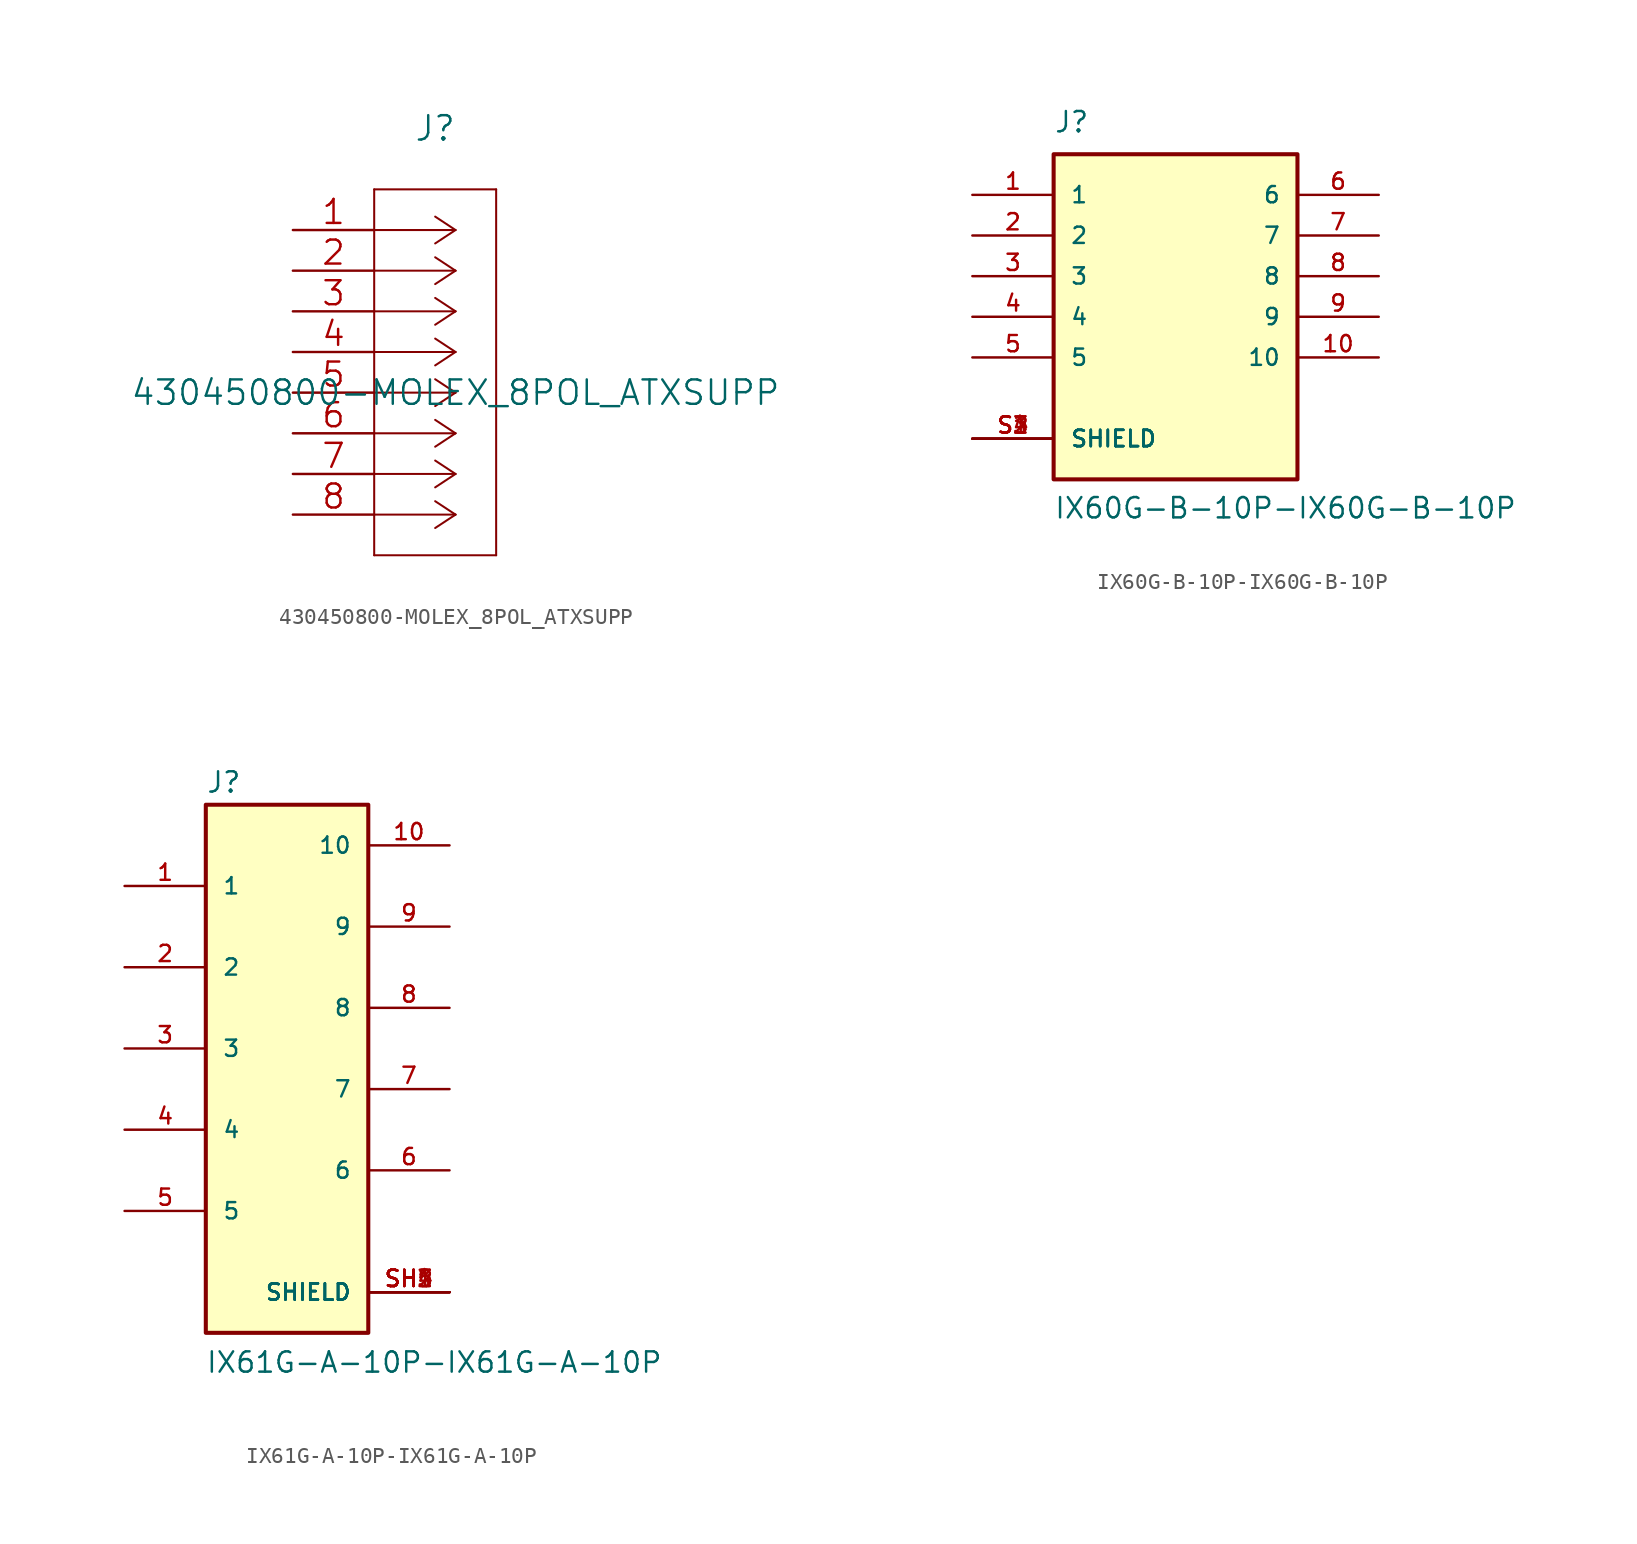
<source format=kicad_sym>
(kicad_symbol_lib
  (version 20211014)
  (generator kicad_symbol_editor)
  (symbol "430450800-MOLEX_8POL_ATXSUPP"
    (pin_names
      (offset 0.254) hide)
    (property "Reference" "J"
      (at 8.89 6.35 0)
      (effects (font (size 1.524 1.524))))
    (property "Value" "430450800-MOLEX_8POL_ATXSUPP"
      (at 10.16 -10.16 0)
      (effects (font (size 1.524 1.524))))
    (property "Datasheet" ""
      (at 0 0 0)
      (effects (font (size 1.524 1.524))))
    (property "ki_locked" ""
      (at 0 0 0)
      (effects (font (size 1.27 1.27))))
    (symbol "430450800-MOLEX_8POL_ATXSUPP_1_1"
      (polyline (pts (xy 5.08 -20.32) (xy 12.7 -20.32)) (stroke (width 0.127) (type default) (color 0 0 0 0)) (fill (type none)))
      (polyline (pts (xy 5.08 2.54) (xy 5.08 -20.32)) (stroke (width 0.127) (type default) (color 0 0 0 0)) (fill (type none)))
      (polyline (pts (xy 10.16 -17.78) (xy 5.08 -17.78)) (stroke (width 0.127) (type default) (color 0 0 0 0)) (fill (type none)))
      (polyline (pts (xy 10.16 -17.78) (xy 8.89 -18.618)) (stroke (width 0.127) (type default) (color 0 0 0 0)) (fill (type none)))
      (polyline (pts (xy 10.16 -17.78) (xy 8.89 -16.942)) (stroke (width 0.127) (type default) (color 0 0 0 0)) (fill (type none)))
      (polyline (pts (xy 10.16 -15.24) (xy 5.08 -15.24)) (stroke (width 0.127) (type default) (color 0 0 0 0)) (fill (type none)))
      (polyline (pts (xy 10.16 -15.24) (xy 8.89 -16.078)) (stroke (width 0.127) (type default) (color 0 0 0 0)) (fill (type none)))
      (polyline (pts (xy 10.16 -15.24) (xy 8.89 -14.402)) (stroke (width 0.127) (type default) (color 0 0 0 0)) (fill (type none)))
      (polyline (pts (xy 10.16 -12.7) (xy 5.08 -12.7)) (stroke (width 0.127) (type default) (color 0 0 0 0)) (fill (type none)))
      (polyline (pts (xy 10.16 -12.7) (xy 8.89 -13.538)) (stroke (width 0.127) (type default) (color 0 0 0 0)) (fill (type none)))
      (polyline (pts (xy 10.16 -12.7) (xy 8.89 -11.862)) (stroke (width 0.127) (type default) (color 0 0 0 0)) (fill (type none)))
      (polyline (pts (xy 10.16 -10.16) (xy 5.08 -10.16)) (stroke (width 0.127) (type default) (color 0 0 0 0)) (fill (type none)))
      (polyline (pts (xy 10.16 -10.16) (xy 8.89 -10.998)) (stroke (width 0.127) (type default) (color 0 0 0 0)) (fill (type none)))
      (polyline (pts (xy 10.16 -10.16) (xy 8.89 -9.322)) (stroke (width 0.127) (type default) (color 0 0 0 0)) (fill (type none)))
      (polyline (pts (xy 10.16 -7.62) (xy 5.08 -7.62)) (stroke (width 0.127) (type default) (color 0 0 0 0)) (fill (type none)))
      (polyline (pts (xy 10.16 -7.62) (xy 8.89 -8.458)) (stroke (width 0.127) (type default) (color 0 0 0 0)) (fill (type none)))
      (polyline (pts (xy 10.16 -7.62) (xy 8.89 -6.782)) (stroke (width 0.127) (type default) (color 0 0 0 0)) (fill (type none)))
      (polyline (pts (xy 10.16 -5.08) (xy 5.08 -5.08)) (stroke (width 0.127) (type default) (color 0 0 0 0)) (fill (type none)))
      (polyline (pts (xy 10.16 -5.08) (xy 8.89 -5.918)) (stroke (width 0.127) (type default) (color 0 0 0 0)) (fill (type none)))
      (polyline (pts (xy 10.16 -5.08) (xy 8.89 -4.242)) (stroke (width 0.127) (type default) (color 0 0 0 0)) (fill (type none)))
      (polyline (pts (xy 10.16 -2.54) (xy 5.08 -2.54)) (stroke (width 0.127) (type default) (color 0 0 0 0)) (fill (type none)))
      (polyline (pts (xy 10.16 -2.54) (xy 8.89 -3.378)) (stroke (width 0.127) (type default) (color 0 0 0 0)) (fill (type none)))
      (polyline (pts (xy 10.16 -2.54) (xy 8.89 -1.702)) (stroke (width 0.127) (type default) (color 0 0 0 0)) (fill (type none)))
      (polyline (pts (xy 10.16 0) (xy 5.08 0)) (stroke (width 0.127) (type default) (color 0 0 0 0)) (fill (type none)))
      (polyline (pts (xy 10.16 0) (xy 8.89 -0.838)) (stroke (width 0.127) (type default) (color 0 0 0 0)) (fill (type none)))
      (polyline (pts (xy 10.16 0) (xy 8.89 0.838)) (stroke (width 0.127) (type default) (color 0 0 0 0)) (fill (type none)))
      (polyline (pts (xy 12.7 -20.32) (xy 12.7 2.54)) (stroke (width 0.127) (type default) (color 0 0 0 0)) (fill (type none)))
      (polyline (pts (xy 12.7 2.54) (xy 5.08 2.54)) (stroke (width 0.127) (type default) (color 0 0 0 0)) (fill (type none)))
      (pin power_in line (at 0 0 0) (length 5.08) (name "1" (effects (font (size 1.499 1.499)))) (number "1" (effects (font (size 1.499 1.499)))))
      (pin power_in line (at 0 -2.54 0) (length 5.08) (name "2" (effects (font (size 1.499 1.499)))) (number "2" (effects (font (size 1.499 1.499)))))
      (pin power_in line (at 0 -5.08 0) (length 5.08) (name "3" (effects (font (size 1.499 1.499)))) (number "3" (effects (font (size 1.499 1.499)))))
      (pin passive line (at 0 -7.62 0) (length 5.08) (name "4" (effects (font (size 1.499 1.499)))) (number "4" (effects (font (size 1.499 1.499)))))
      (pin passive line (at 0 -10.16 0) (length 5.08) (name "5" (effects (font (size 1.499 1.499)))) (number "5" (effects (font (size 1.499 1.499)))))
      (pin passive line (at 0 -12.7 0) (length 5.08) (name "6" (effects (font (size 1.499 1.499)))) (number "6" (effects (font (size 1.499 1.499)))))
      (pin passive line (at 0 -15.24 0) (length 5.08) (name "7" (effects (font (size 1.499 1.499)))) (number "7" (effects (font (size 1.499 1.499)))))
      (pin passive line (at 0 -17.78 0) (length 5.08) (name "8" (effects (font (size 1.499 1.499)))) (number "8" (effects (font (size 1.499 1.499)))))))
  (symbol "IX60G-B-10P-IX60G-B-10P"
    (pin_names
      (offset 1.016))
    (property "Reference" "J"
      (at -7.62 11.43 0)
      (effects (font (size 1.27 1.27)) (justify left bottom)))
    (property "Value" "IX60G-B-10P-IX60G-B-10P"
      (at -7.62 -12.7 0)
      (effects (font (size 1.27 1.27)) (justify left bottom)))
    (property "ki_locked" ""
      (at 0 0 0)
      (effects (font (size 1.27 1.27))))
    (symbol "IX60G-B-10P-IX60G-B-10P_0_0"
      (rectangle (start -7.62 -10.16) (end 7.62 10.16) (stroke (width 0.254) (type default) (color 0 0 0 0)) (fill (type background)))
      (pin passive line (at -12.7 7.62 0) (length 5.08) (name "1" (effects (font (size 1.016 1.016)))) (number "1" (effects (font (size 1.016 1.016)))))
      (pin passive line (at 12.7 -2.54 180) (length 5.08) (name "10" (effects (font (size 1.016 1.016)))) (number "10" (effects (font (size 1.016 1.016)))))
      (pin passive line (at -12.7 5.08 0) (length 5.08) (name "2" (effects (font (size 1.016 1.016)))) (number "2" (effects (font (size 1.016 1.016)))))
      (pin passive line (at -12.7 2.54 0) (length 5.08) (name "3" (effects (font (size 1.016 1.016)))) (number "3" (effects (font (size 1.016 1.016)))))
      (pin passive line (at -12.7 0 0) (length 5.08) (name "4" (effects (font (size 1.016 1.016)))) (number "4" (effects (font (size 1.016 1.016)))))
      (pin passive line (at -12.7 -2.54 0) (length 5.08) (name "5" (effects (font (size 1.016 1.016)))) (number "5" (effects (font (size 1.016 1.016)))))
      (pin passive line (at 12.7 7.62 180) (length 5.08) (name "6" (effects (font (size 1.016 1.016)))) (number "6" (effects (font (size 1.016 1.016)))))
      (pin passive line (at 12.7 5.08 180) (length 5.08) (name "7" (effects (font (size 1.016 1.016)))) (number "7" (effects (font (size 1.016 1.016)))))
      (pin passive line (at 12.7 2.54 180) (length 5.08) (name "8" (effects (font (size 1.016 1.016)))) (number "8" (effects (font (size 1.016 1.016)))))
      (pin passive line (at 12.7 0 180) (length 5.08) (name "9" (effects (font (size 1.016 1.016)))) (number "9" (effects (font (size 1.016 1.016)))))
      (pin passive line (at -12.7 -7.62 0) (length 5.08) (name "SHIELD" (effects (font (size 1.016 1.016)))) (number "S1" (effects (font (size 1.016 1.016)))))
      (pin passive line (at -12.7 -7.62 0) (length 5.08) (name "SHIELD" (effects (font (size 1.016 1.016)))) (number "S2" (effects (font (size 1.016 1.016)))))
      (pin passive line (at -12.7 -7.62 0) (length 5.08) (name "SHIELD" (effects (font (size 1.016 1.016)))) (number "S3" (effects (font (size 1.016 1.016)))))
      (pin passive line (at -12.7 -7.62 0) (length 5.08) (name "SHIELD" (effects (font (size 1.016 1.016)))) (number "S4" (effects (font (size 1.016 1.016)))))))
  (symbol "IX61G-A-10P-IX61G-A-10P"
    (pin_names
      (offset 1.016))
    (property "Reference" "J"
      (at -5.08 18.44 0)
      (effects (font (size 1.27 1.27)) (justify left bottom)))
    (property "Value" "IX61G-A-10P-IX61G-A-10P"
      (at -5.105 -17.831 0)
      (effects (font (size 1.27 1.27)) (justify left bottom)))
    (property "ki_locked" ""
      (at 0 0 0)
      (effects (font (size 1.27 1.27))))
    (symbol "IX61G-A-10P-IX61G-A-10P_0_0"
      (rectangle (start -5.08 -15.24) (end 5.08 17.78) (stroke (width 0.254) (type default) (color 0 0 0 0)) (fill (type background)))
      (pin passive line (at -10.16 12.7 0) (length 5.08) (name "1" (effects (font (size 1.016 1.016)))) (number "1" (effects (font (size 1.016 1.016)))))
      (pin passive line (at 10.16 15.24 180) (length 5.08) (name "10" (effects (font (size 1.016 1.016)))) (number "10" (effects (font (size 1.016 1.016)))))
      (pin passive line (at -10.16 7.62 0) (length 5.08) (name "2" (effects (font (size 1.016 1.016)))) (number "2" (effects (font (size 1.016 1.016)))))
      (pin passive line (at -10.16 2.54 0) (length 5.08) (name "3" (effects (font (size 1.016 1.016)))) (number "3" (effects (font (size 1.016 1.016)))))
      (pin passive line (at -10.16 -2.54 0) (length 5.08) (name "4" (effects (font (size 1.016 1.016)))) (number "4" (effects (font (size 1.016 1.016)))))
      (pin passive line (at -10.16 -7.62 0) (length 5.08) (name "5" (effects (font (size 1.016 1.016)))) (number "5" (effects (font (size 1.016 1.016)))))
      (pin passive line (at 10.16 -5.08 180) (length 5.08) (name "6" (effects (font (size 1.016 1.016)))) (number "6" (effects (font (size 1.016 1.016)))))
      (pin passive line (at 10.16 0 180) (length 5.08) (name "7" (effects (font (size 1.016 1.016)))) (number "7" (effects (font (size 1.016 1.016)))))
      (pin passive line (at 10.16 5.08 180) (length 5.08) (name "8" (effects (font (size 1.016 1.016)))) (number "8" (effects (font (size 1.016 1.016)))))
      (pin passive line (at 10.16 10.16 180) (length 5.08) (name "9" (effects (font (size 1.016 1.016)))) (number "9" (effects (font (size 1.016 1.016)))))
      (pin passive line (at 10.16 -12.7 180) (length 5.08) (name "SHIELD" (effects (font (size 1.016 1.016)))) (number "SH1" (effects (font (size 1.016 1.016)))))
      (pin passive line (at 10.16 -12.7 180) (length 5.08) (name "SHIELD" (effects (font (size 1.016 1.016)))) (number "SH2" (effects (font (size 1.016 1.016)))))
      (pin passive line (at 10.16 -12.7 180) (length 5.08) (name "SHIELD" (effects (font (size 1.016 1.016)))) (number "SH3" (effects (font (size 1.016 1.016)))))
      (pin passive line (at 10.16 -12.7 180) (length 5.08) (name "SHIELD" (effects (font (size 1.016 1.016)))) (number "SH4" (effects (font (size 1.016 1.016)))))
      (pin passive line (at 10.16 -12.7 180) (length 5.08) (name "SHIELD" (effects (font (size 1.016 1.016)))) (number "SH5" (effects (font (size 1.016 1.016))))))))
</source>
